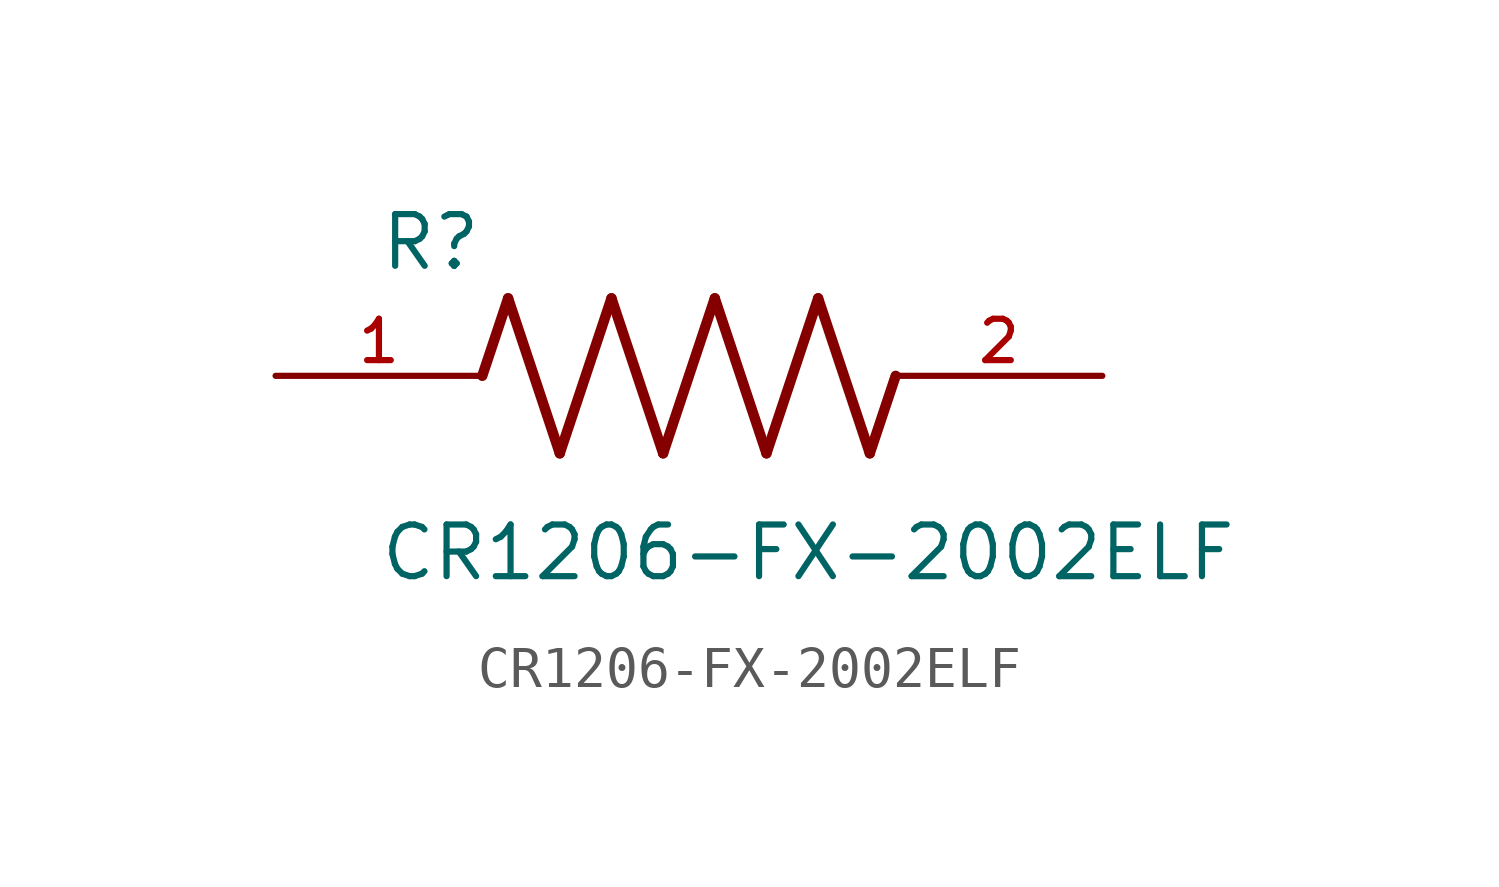
<source format=kicad_sym>
(kicad_symbol_lib
  (version 20211014)
  (generator kicad_symbol_editor)
  (symbol "CR1206-FX-2002ELF"
    (pin_names
      (offset 1.016))
    (property "Reference" "R"
      (at -7.624 2.541 0)
      (effects (font (size 1.27 1.27)) (justify bottom left)))
    (property "Value" "CR1206-FX-2002ELF"
      (at -7.63 -5.087 0)
      (effects (font (size 1.27 1.27)) (justify bottom left)))
    (symbol "CR1206-FX-2002ELF_0_0"
      (polyline (pts (xy -5.08 0.0) (xy -4.445 1.905)) (stroke (width 0.254)))
      (polyline (pts (xy -4.445 1.905) (xy -3.175 -1.905)) (stroke (width 0.254)))
      (polyline (pts (xy -3.175 -1.905) (xy -1.905 1.905)) (stroke (width 0.254)))
      (polyline (pts (xy -1.905 1.905) (xy -0.635 -1.905)) (stroke (width 0.254)))
      (polyline (pts (xy -0.635 -1.905) (xy 0.635 1.905)) (stroke (width 0.254)))
      (polyline (pts (xy 0.635 1.905) (xy 1.905 -1.905)) (stroke (width 0.254)))
      (polyline (pts (xy 1.905 -1.905) (xy 3.175 1.905)) (stroke (width 0.254)))
      (polyline (pts (xy 3.175 1.905) (xy 4.445 -1.905)) (stroke (width 0.254)))
      (polyline (pts (xy 4.445 -1.905) (xy 5.08 0.0)) (stroke (width 0.254)))
      (pin passive line (at -10.16 0.0 0) (length 5.08) (name "~" (effects (font (size 1.016 1.016)))) (number "1" (effects (font (size 1.016 1.016)))))
      (pin passive line (at 10.16 0.0 180.0) (length 5.08) (name "~" (effects (font (size 1.016 1.016)))) (number "2" (effects (font (size 1.016 1.016))))))))
</source>
